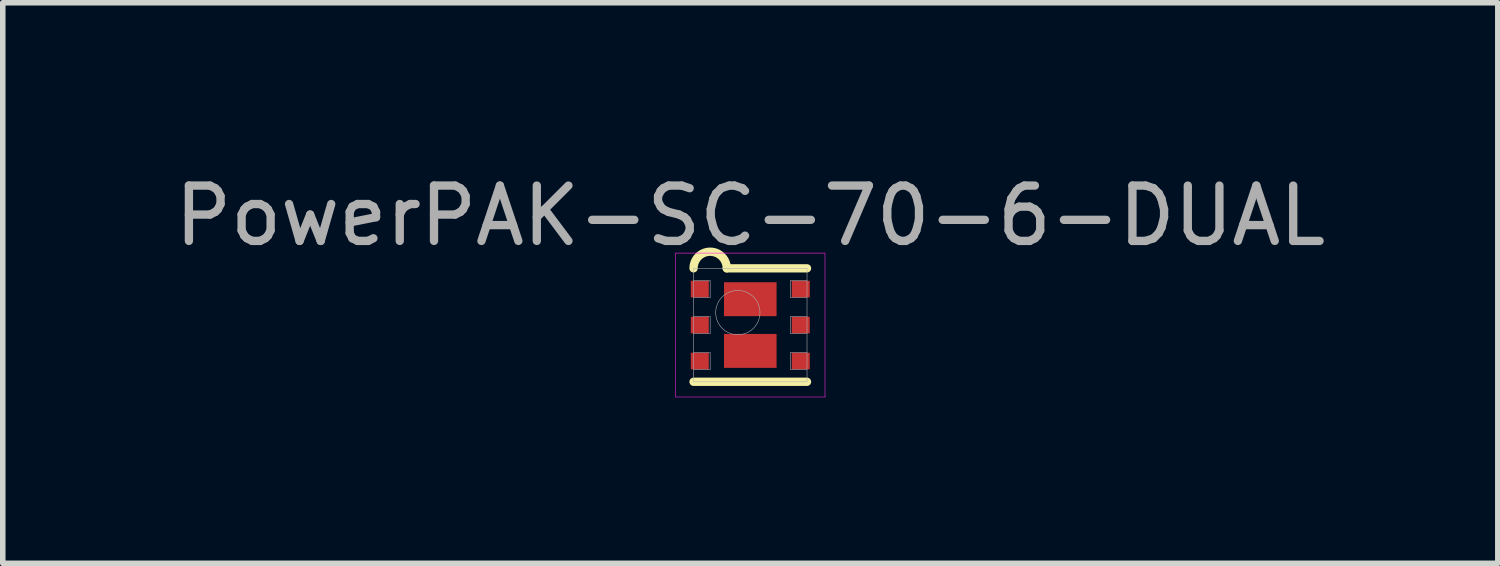
<source format=kicad_pcb>
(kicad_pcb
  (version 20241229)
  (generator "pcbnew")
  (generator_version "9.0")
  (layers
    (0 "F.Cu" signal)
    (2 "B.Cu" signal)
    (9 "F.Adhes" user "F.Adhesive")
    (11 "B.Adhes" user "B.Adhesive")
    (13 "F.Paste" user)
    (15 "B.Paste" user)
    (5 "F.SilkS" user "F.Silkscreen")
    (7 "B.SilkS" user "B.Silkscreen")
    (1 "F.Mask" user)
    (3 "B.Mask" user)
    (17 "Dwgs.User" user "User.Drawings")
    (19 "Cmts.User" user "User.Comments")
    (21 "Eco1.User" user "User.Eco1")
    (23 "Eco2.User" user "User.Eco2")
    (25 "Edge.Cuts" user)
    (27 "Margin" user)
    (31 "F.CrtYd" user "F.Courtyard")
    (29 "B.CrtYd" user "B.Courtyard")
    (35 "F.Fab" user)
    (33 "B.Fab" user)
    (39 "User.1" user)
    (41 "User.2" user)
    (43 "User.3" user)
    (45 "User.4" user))
  (footprint "PowerPAK-SC-70-6-DUAL"
    (layer "F.Cu")
    (at 10.506 2.823)
    (property "Reference" "PowerPAK-SC-70-6-DUAL" (at 0 -1.975 0) (layer "F.Fab") (effects (font (size 1 1) (thickness 0.15))))
    (attr through_hole)
    (fp_line (start -1.025 1.025) (end 1.025 1.025) (stroke (width 0.15) (type solid)) (layer "F.SilkS"))
    (fp_line (start -0.425 -1.025) (end 1.025 -1.025) (stroke (width 0.15) (type solid)) (layer "F.SilkS"))
    (fp_arc (start -1.025 -1.025) (mid -0.725 -1.325) (end -0.425 -1.025) (stroke (width 0.15) (type solid)) (layer "F.SilkS"))
    (fp_line (start -1.35 -1.3) (end 1.35 -1.3) (stroke (width 0.01) (type solid)) (layer "F.CrtYd"))
    (fp_line (start -1.35 1.3) (end -1.35 -1.3) (stroke (width 0.01) (type solid)) (layer "F.CrtYd"))
    (fp_line (start 1.35 -1.3) (end 1.35 1.3) (stroke (width 0.01) (type solid)) (layer "F.CrtYd"))
    (fp_line (start 1.35 1.3) (end -1.35 1.3) (stroke (width 0.01) (type solid)) (layer "F.CrtYd"))
    (fp_line (start -1.025 -1.025) (end 1.025 -1.025) (stroke (width 0.01) (type solid)) (layer "F.Fab"))
    (fp_line (start -1.025 -0.5) (end -0.725 -0.5) (stroke (width 0.01) (type solid)) (layer "F.Fab"))
    (fp_line (start -1.025 0.15) (end -0.725 0.15) (stroke (width 0.01) (type solid)) (layer "F.Fab"))
    (fp_line (start -1.025 0.8) (end -0.725 0.8) (stroke (width 0.01) (type solid)) (layer "F.Fab"))
    (fp_line (start -1.025 1.025) (end -1.025 -1.025) (stroke (width 0.01) (type solid)) (layer "F.Fab"))
    (fp_line (start -0.725 -0.8) (end -1.025 -0.8) (stroke (width 0.01) (type solid)) (layer "F.Fab"))
    (fp_line (start -0.725 -0.5) (end -0.725 -0.8) (stroke (width 0.01) (type solid)) (layer "F.Fab"))
    (fp_line (start -0.725 -0.15) (end -1.025 -0.15) (stroke (width 0.01) (type solid)) (layer "F.Fab"))
    (fp_line (start -0.725 0.15) (end -0.725 -0.15) (stroke (width 0.01) (type solid)) (layer "F.Fab"))
    (fp_line (start -0.725 0.5) (end -1.025 0.5) (stroke (width 0.01) (type solid)) (layer "F.Fab"))
    (fp_line (start -0.725 0.8) (end -0.725 0.5) (stroke (width 0.01) (type solid)) (layer "F.Fab"))
    (fp_line (start 0.725 -0.8) (end 0.725 -0.5) (stroke (width 0.01) (type solid)) (layer "F.Fab"))
    (fp_line (start 0.725 -0.5) (end 1.025 -0.5) (stroke (width 0.01) (type solid)) (layer "F.Fab"))
    (fp_line (start 0.725 -0.15) (end 0.725 0.15) (stroke (width 0.01) (type solid)) (layer "F.Fab"))
    (fp_line (start 0.725 0.15) (end 1.025 0.15) (stroke (width 0.01) (type solid)) (layer "F.Fab"))
    (fp_line (start 0.725 0.5) (end 0.725 0.8) (stroke (width 0.01) (type solid)) (layer "F.Fab"))
    (fp_line (start 0.725 0.8) (end 1.025 0.8) (stroke (width 0.01) (type solid)) (layer "F.Fab"))
    (fp_line (start 1.025 -1.025) (end 1.025 1.025) (stroke (width 0.01) (type solid)) (layer "F.Fab"))
    (fp_line (start 1.025 -0.8) (end 0.725 -0.8) (stroke (width 0.01) (type solid)) (layer "F.Fab"))
    (fp_line (start 1.025 -0.15) (end 0.725 -0.15) (stroke (width 0.01) (type solid)) (layer "F.Fab"))
    (fp_line (start 1.025 0.5) (end 0.725 0.5) (stroke (width 0.01) (type solid)) (layer "F.Fab"))
    (fp_line (start 1.025 1.025) (end -1.025 1.025) (stroke (width 0.01) (type solid)) (layer "F.Fab"))
    (fp_circle (center -0.225 -0.225) (end -0.225 0.175) (stroke (width 0.01) (type solid)) (fill no) (layer "F.Fab"))
    (pad "D1" smd rect (at 0 -0.467) (size 0.95 0.613) (layers "F.Cu" "F.Mask" "F.Paste"))
    (pad "D1" smd rect (at 0.912 -0.65) (size 0.325 0.3) (layers "F.Cu" "F.Mask" "F.Paste"))
    (pad "D2" smd rect (at -0.912 0.65) (size 0.325 0.3) (layers "F.Cu" "F.Mask" "F.Paste"))
    (pad "D2" smd rect (at 0 0.467) (size 0.95 0.613) (layers "F.Cu" "F.Mask" "F.Paste"))
    (pad "G1" smd rect (at -0.912 0) (size 0.325 0.3) (layers "F.Cu" "F.Mask" "F.Paste"))
    (pad "G2" smd rect (at 0.912 0) (size 0.325 0.3) (layers "F.Cu" "F.Mask" "F.Paste"))
    (pad "S1" smd rect (at -0.912 -0.65) (size 0.325 0.3) (layers "F.Cu" "F.Mask" "F.Paste"))
    (pad "S2" smd rect (at 0.912 0.65) (size 0.325 0.3) (layers "F.Cu" "F.Mask" "F.Paste")))
  (gr_rect
    (start -3 -3)
    (end 24.012 7.128)
    (stroke (width 0.1) (type default))
    (fill no)
    (layer "Edge.Cuts")))
</source>
